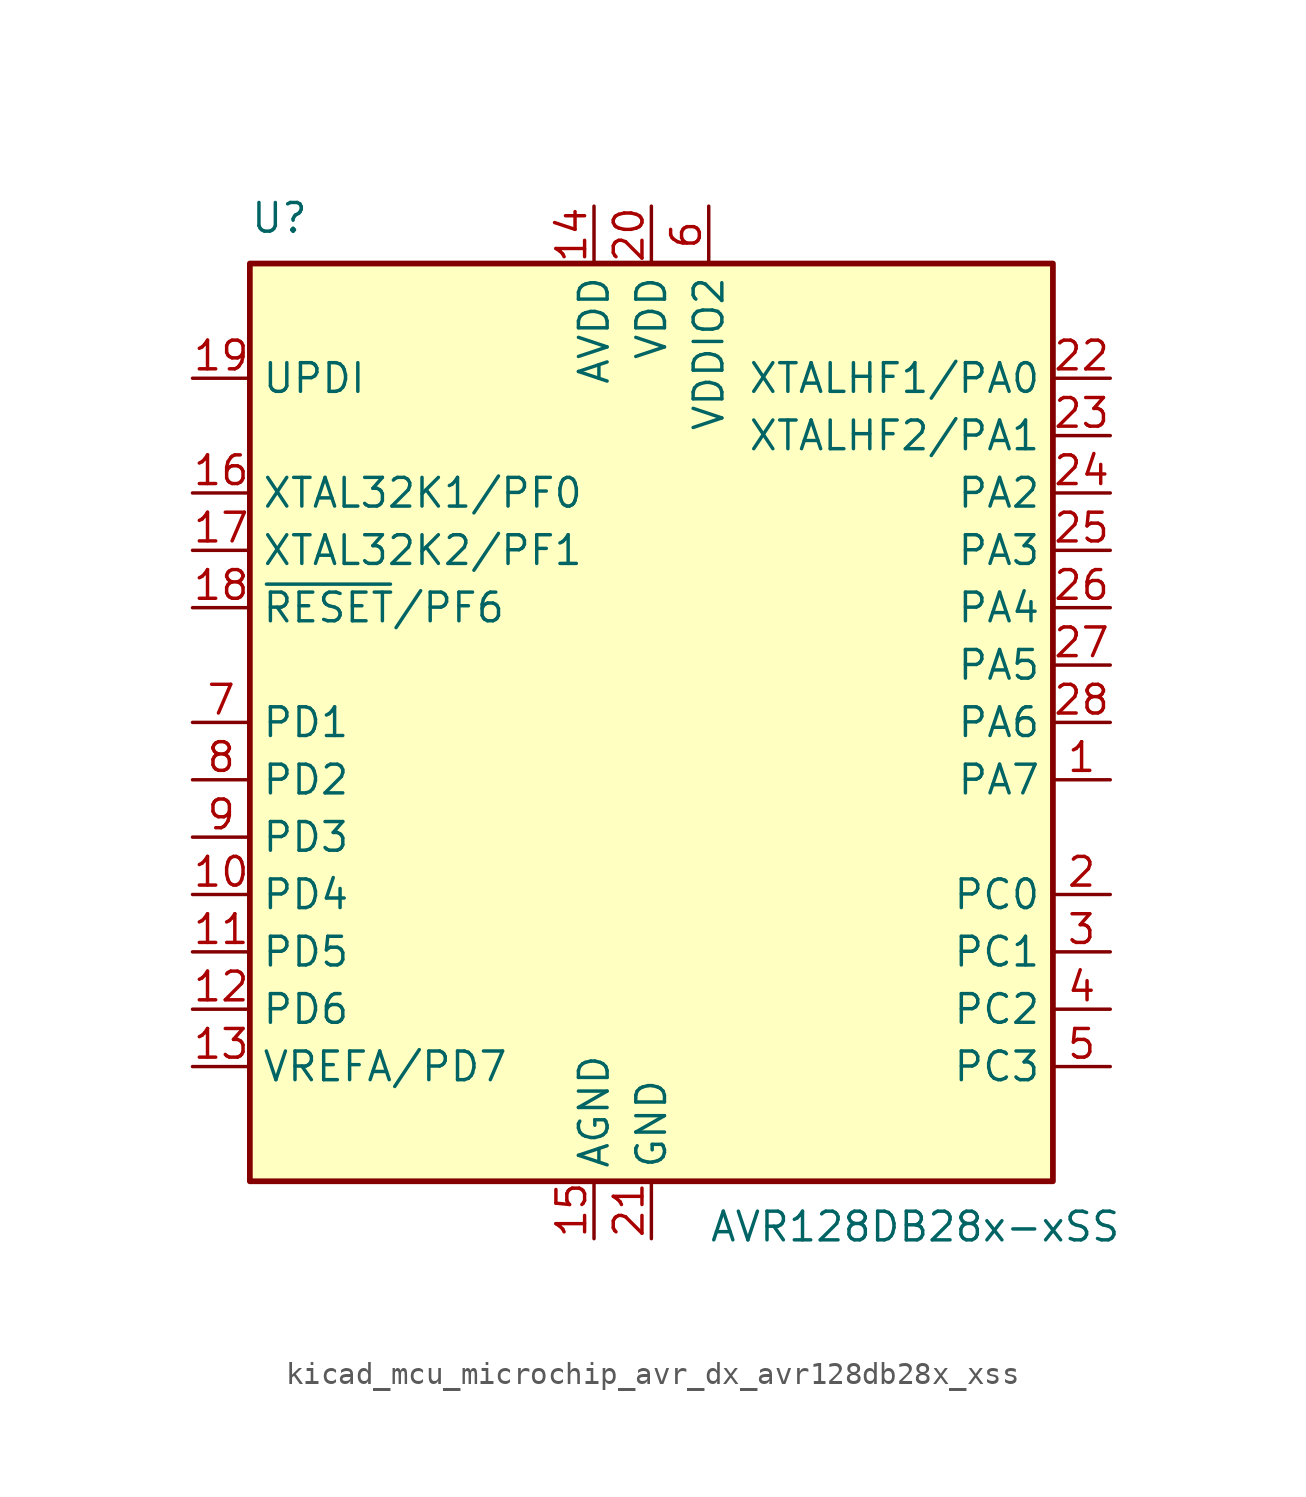
<source format=kicad_sym>
(kicad_symbol_lib
  (version 20220914)
  (generator kicad_symbol_editor)
  (symbol "kicad_mcu_microchip_avr_dx_avr128db28x_xss"
    (property "Reference" "U"
      (at -17.78 21.59 0)
      (effects (font (size 1.27 1.27)) (justify left bottom)))
    (property "Value" "AVR128DB28x-xSS"
      (at 2.54 -21.59 0)
      (effects (font (size 1.27 1.27)) (justify left top)))
    (symbol "kicad_mcu_microchip_avr_dx_avr128db28x_xss_0_1"
      (rectangle (start -17.78 20.32) (end 17.78 -20.32) (stroke (width 0.254) (type default)) (fill (type background))))
    (symbol "kicad_mcu_microchip_avr_dx_avr128db28x_xss_1_1"
      (pin bidirectional line (at 20.32 -2.54 180) (length 2.54) (name "PA7" (effects (font (size 1.27 1.27)))) (number "1" (effects (font (size 1.27 1.27)))))
      (pin bidirectional line (at -20.32 -7.62 0) (length 2.54) (name "PD4" (effects (font (size 1.27 1.27)))) (number "10" (effects (font (size 1.27 1.27)))))
      (pin bidirectional line (at -20.32 -10.16 0) (length 2.54) (name "PD5" (effects (font (size 1.27 1.27)))) (number "11" (effects (font (size 1.27 1.27)))))
      (pin bidirectional line (at -20.32 -12.7 0) (length 2.54) (name "PD6" (effects (font (size 1.27 1.27)))) (number "12" (effects (font (size 1.27 1.27)))))
      (pin bidirectional line (at -20.32 -15.24 0) (length 2.54) (name "VREFA/PD7" (effects (font (size 1.27 1.27)))) (number "13" (effects (font (size 1.27 1.27)))))
      (pin power_in line (at -2.54 22.86 270) (length 2.54) (name "AVDD" (effects (font (size 1.27 1.27)))) (number "14" (effects (font (size 1.27 1.27)))))
      (pin power_in line (at -2.54 -22.86 90) (length 2.54) (name "AGND" (effects (font (size 1.27 1.27)))) (number "15" (effects (font (size 1.27 1.27)))))
      (pin bidirectional line (at -20.32 10.16 0) (length 2.54) (name "XTAL32K1/PF0" (effects (font (size 1.27 1.27)))) (number "16" (effects (font (size 1.27 1.27)))))
      (pin bidirectional line (at -20.32 7.62 0) (length 2.54) (name "XTAL32K2/PF1" (effects (font (size 1.27 1.27)))) (number "17" (effects (font (size 1.27 1.27)))))
      (pin bidirectional line (at -20.32 5.08 0) (length 2.54) (name "~{RESET}/PF6" (effects (font (size 1.27 1.27)))) (number "18" (effects (font (size 1.27 1.27)))))
      (pin input line (at -20.32 15.24 0) (length 2.54) (name "UPDI" (effects (font (size 1.27 1.27)))) (number "19" (effects (font (size 1.27 1.27)))))
      (pin bidirectional line (at 20.32 -7.62 180) (length 2.54) (name "PC0" (effects (font (size 1.27 1.27)))) (number "2" (effects (font (size 1.27 1.27)))))
      (pin power_in line (at 0 22.86 270) (length 2.54) (name "VDD" (effects (font (size 1.27 1.27)))) (number "20" (effects (font (size 1.27 1.27)))))
      (pin power_in line (at 0 -22.86 90) (length 2.54) (name "GND" (effects (font (size 1.27 1.27)))) (number "21" (effects (font (size 1.27 1.27)))))
      (pin bidirectional line (at 20.32 15.24 180) (length 2.54) (name "XTALHF1/PA0" (effects (font (size 1.27 1.27)))) (number "22" (effects (font (size 1.27 1.27)))))
      (pin bidirectional line (at 20.32 12.7 180) (length 2.54) (name "XTALHF2/PA1" (effects (font (size 1.27 1.27)))) (number "23" (effects (font (size 1.27 1.27)))))
      (pin bidirectional line (at 20.32 10.16 180) (length 2.54) (name "PA2" (effects (font (size 1.27 1.27)))) (number "24" (effects (font (size 1.27 1.27)))))
      (pin bidirectional line (at 20.32 7.62 180) (length 2.54) (name "PA3" (effects (font (size 1.27 1.27)))) (number "25" (effects (font (size 1.27 1.27)))))
      (pin bidirectional line (at 20.32 5.08 180) (length 2.54) (name "PA4" (effects (font (size 1.27 1.27)))) (number "26" (effects (font (size 1.27 1.27)))))
      (pin bidirectional line (at 20.32 2.54 180) (length 2.54) (name "PA5" (effects (font (size 1.27 1.27)))) (number "27" (effects (font (size 1.27 1.27)))))
      (pin bidirectional line (at 20.32 0 180) (length 2.54) (name "PA6" (effects (font (size 1.27 1.27)))) (number "28" (effects (font (size 1.27 1.27)))))
      (pin bidirectional line (at 20.32 -10.16 180) (length 2.54) (name "PC1" (effects (font (size 1.27 1.27)))) (number "3" (effects (font (size 1.27 1.27)))))
      (pin bidirectional line (at 20.32 -12.7 180) (length 2.54) (name "PC2" (effects (font (size 1.27 1.27)))) (number "4" (effects (font (size 1.27 1.27)))))
      (pin bidirectional line (at 20.32 -15.24 180) (length 2.54) (name "PC3" (effects (font (size 1.27 1.27)))) (number "5" (effects (font (size 1.27 1.27)))))
      (pin power_in line (at 2.54 22.86 270) (length 2.54) (name "VDDIO2" (effects (font (size 1.27 1.27)))) (number "6" (effects (font (size 1.27 1.27)))))
      (pin bidirectional line (at -20.32 0 0) (length 2.54) (name "PD1" (effects (font (size 1.27 1.27)))) (number "7" (effects (font (size 1.27 1.27)))))
      (pin bidirectional line (at -20.32 -2.54 0) (length 2.54) (name "PD2" (effects (font (size 1.27 1.27)))) (number "8" (effects (font (size 1.27 1.27)))))
      (pin bidirectional line (at -20.32 -5.08 0) (length 2.54) (name "PD3" (effects (font (size 1.27 1.27)))) (number "9" (effects (font (size 1.27 1.27))))))))
</source>
